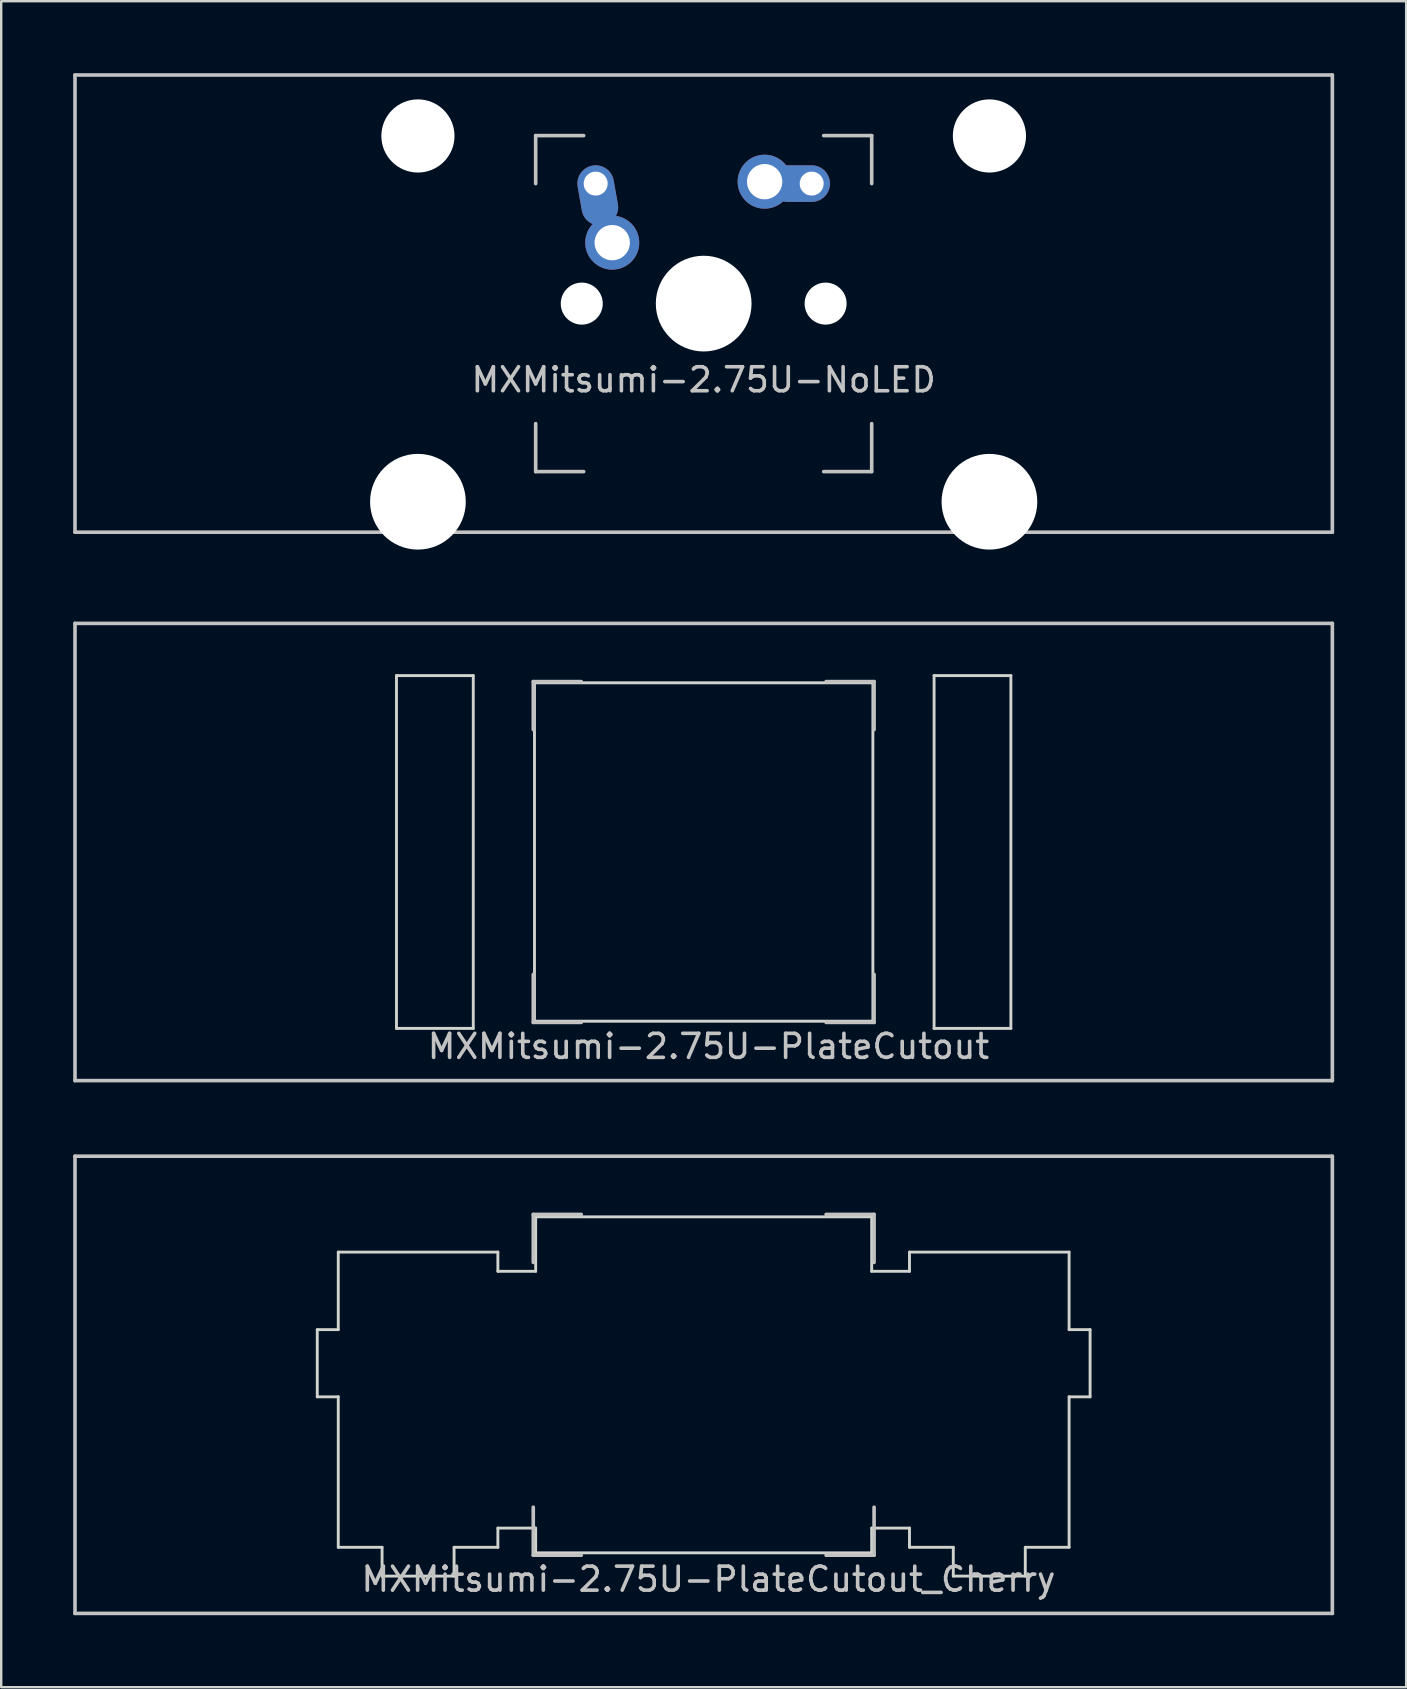
<source format=kicad_pcb>
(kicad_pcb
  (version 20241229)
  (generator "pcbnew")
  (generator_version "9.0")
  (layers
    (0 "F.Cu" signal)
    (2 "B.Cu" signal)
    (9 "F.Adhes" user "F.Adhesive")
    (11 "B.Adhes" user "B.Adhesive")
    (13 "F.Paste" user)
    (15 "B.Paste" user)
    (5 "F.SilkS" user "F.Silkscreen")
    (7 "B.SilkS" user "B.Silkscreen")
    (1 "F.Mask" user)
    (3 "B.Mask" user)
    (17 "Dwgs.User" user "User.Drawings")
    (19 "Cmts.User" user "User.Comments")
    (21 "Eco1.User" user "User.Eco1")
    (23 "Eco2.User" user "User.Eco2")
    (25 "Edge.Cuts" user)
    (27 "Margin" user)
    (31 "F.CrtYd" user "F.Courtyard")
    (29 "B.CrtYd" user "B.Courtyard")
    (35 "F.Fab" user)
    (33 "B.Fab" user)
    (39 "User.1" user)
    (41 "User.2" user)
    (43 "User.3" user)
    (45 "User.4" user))
  (footprint "MXMitsumi-2.75U-PlateCutout_Cherry"
    (layer "F.Cu")
    (at 26.269 54.649)
    (property "Reference" "MXMitsumi-2.75U-PlateCutout_Cherry" (at 0.2 8.1 0) (layer "Dwgs.User") (effects (font (size 1 1) (thickness 0.15))))
    (attr through_hole)
    (fp_line (start -26.194 -9.525) (end 26.194 -9.525) (stroke (width 0.15) (type solid)) (layer "Dwgs.User"))
    (fp_line (start -26.194 9.525) (end -26.194 -9.525) (stroke (width 0.15) (type solid)) (layer "Dwgs.User"))
    (fp_line (start -26.194 9.525) (end 26.194 9.525) (stroke (width 0.15) (type solid)) (layer "Dwgs.User"))
    (fp_line (start -7.1 -7.1) (end -7.1 -5.1) (stroke (width 0.15) (type solid)) (layer "Dwgs.User"))
    (fp_line (start -7.1 5.1) (end -7.1 7.1) (stroke (width 0.15) (type solid)) (layer "Dwgs.User"))
    (fp_line (start -7.1 7.1) (end -5.1 7.1) (stroke (width 0.15) (type solid)) (layer "Dwgs.User"))
    (fp_line (start -5.1 -7.1) (end -7.1 -7.1) (stroke (width 0.15) (type solid)) (layer "Dwgs.User"))
    (fp_line (start 5.1 -7.1) (end 7.1 -7.1) (stroke (width 0.15) (type solid)) (layer "Dwgs.User"))
    (fp_line (start 5.1 7.1) (end 7.1 7.1) (stroke (width 0.15) (type solid)) (layer "Dwgs.User"))
    (fp_line (start 7.1 -7.1) (end 7.1 -5.1) (stroke (width 0.15) (type solid)) (layer "Dwgs.User"))
    (fp_line (start 7.1 7.1) (end 7.1 5.1) (stroke (width 0.15) (type solid)) (layer "Dwgs.User"))
    (fp_line (start 26.194 -9.525) (end 26.194 9.525) (stroke (width 0.15) (type solid)) (layer "Dwgs.User"))
    (fp_line (start -16.1 -2.3) (end -16.1 0.5) (stroke (width 0.12) (type solid)) (layer "Edge.Cuts"))
    (fp_line (start -15.225 -5.53) (end -15.225 -2.3) (stroke (width 0.12) (type solid)) (layer "Edge.Cuts"))
    (fp_line (start -15.225 -2.3) (end -16.1 -2.3) (stroke (width 0.12) (type solid)) (layer "Edge.Cuts"))
    (fp_line (start -15.225 0.5) (end -16.1 0.5) (stroke (width 0.12) (type solid)) (layer "Edge.Cuts"))
    (fp_line (start -15.225 6.77) (end -15.225 0.5) (stroke (width 0.12) (type solid)) (layer "Edge.Cuts"))
    (fp_line (start -13.4 6.77) (end -15.225 6.77) (stroke (width 0.12) (type solid)) (layer "Edge.Cuts"))
    (fp_line (start -13.4 7.97) (end -13.4 6.77) (stroke (width 0.12) (type solid)) (layer "Edge.Cuts"))
    (fp_line (start -10.4 7.97) (end -13.4 7.97) (stroke (width 0.12) (type solid)) (layer "Edge.Cuts"))
    (fp_line (start -10.4 7.97) (end -10.4 6.77) (stroke (width 0.12) (type solid)) (layer "Edge.Cuts"))
    (fp_line (start -8.575 -5.53) (end -15.225 -5.53) (stroke (width 0.12) (type solid)) (layer "Edge.Cuts"))
    (fp_line (start -8.575 -4.73) (end -8.575 -5.53) (stroke (width 0.12) (type solid)) (layer "Edge.Cuts"))
    (fp_line (start -8.575 5.97) (end -7 5.97) (stroke (width 0.12) (type solid)) (layer "Edge.Cuts"))
    (fp_line (start -8.575 6.77) (end -10.4 6.77) (stroke (width 0.12) (type solid)) (layer "Edge.Cuts"))
    (fp_line (start -8.575 6.77) (end -8.575 5.97) (stroke (width 0.12) (type solid)) (layer "Edge.Cuts"))
    (fp_line (start -7 -7) (end 7 -7) (stroke (width 0.12) (type solid)) (layer "Edge.Cuts"))
    (fp_line (start -7 -4.73) (end -8.575 -4.73) (stroke (width 0.12) (type solid)) (layer "Edge.Cuts"))
    (fp_line (start -7 -4.73) (end -7 -7) (stroke (width 0.12) (type solid)) (layer "Edge.Cuts"))
    (fp_line (start -7 5.97) (end -7 7) (stroke (width 0.12) (type solid)) (layer "Edge.Cuts"))
    (fp_line (start 7 -4.73) (end 7 -7) (stroke (width 0.12) (type solid)) (layer "Edge.Cuts"))
    (fp_line (start 7 5.97) (end 7 7) (stroke (width 0.12) (type solid)) (layer "Edge.Cuts"))
    (fp_line (start 7 7) (end -7 7) (stroke (width 0.12) (type solid)) (layer "Edge.Cuts"))
    (fp_line (start 8.575 -5.53) (end 15.225 -5.53) (stroke (width 0.12) (type solid)) (layer "Edge.Cuts"))
    (fp_line (start 8.575 -4.73) (end 7 -4.73) (stroke (width 0.12) (type solid)) (layer "Edge.Cuts"))
    (fp_line (start 8.575 -4.73) (end 8.575 -5.53) (stroke (width 0.12) (type solid)) (layer "Edge.Cuts"))
    (fp_line (start 8.575 5.97) (end 7 5.97) (stroke (width 0.12) (type solid)) (layer "Edge.Cuts"))
    (fp_line (start 8.575 6.77) (end 8.575 5.97) (stroke (width 0.12) (type solid)) (layer "Edge.Cuts"))
    (fp_line (start 10.4 6.77) (end 8.575 6.77) (stroke (width 0.12) (type solid)) (layer "Edge.Cuts"))
    (fp_line (start 10.4 7.97) (end 10.4 6.77) (stroke (width 0.12) (type solid)) (layer "Edge.Cuts"))
    (fp_line (start 10.4 7.97) (end 13.4 7.97) (stroke (width 0.12) (type solid)) (layer "Edge.Cuts"))
    (fp_line (start 13.4 7.97) (end 13.4 6.77) (stroke (width 0.12) (type solid)) (layer "Edge.Cuts"))
    (fp_line (start 15.225 -5.53) (end 15.225 -2.3) (stroke (width 0.12) (type solid)) (layer "Edge.Cuts"))
    (fp_line (start 15.225 -2.3) (end 16.1 -2.3) (stroke (width 0.12) (type solid)) (layer "Edge.Cuts"))
    (fp_line (start 15.225 0.5) (end 16.1 0.5) (stroke (width 0.12) (type solid)) (layer "Edge.Cuts"))
    (fp_line (start 15.225 6.77) (end 13.4 6.77) (stroke (width 0.12) (type solid)) (layer "Edge.Cuts"))
    (fp_line (start 15.225 6.77) (end 15.225 0.5) (stroke (width 0.12) (type solid)) (layer "Edge.Cuts"))
    (fp_line (start 16.1 -2.3) (end 16.1 0.5) (stroke (width 0.12) (type solid)) (layer "Edge.Cuts")))
  (footprint "MXMitsumi-2.75U-PlateCutout"
    (layer "F.Cu")
    (at 26.269 32.449)
    (property "Reference" "MXMitsumi-2.75U-PlateCutout" (at 0.2 8.1 0) (layer "Dwgs.User") (effects (font (size 1 1) (thickness 0.15))))
    (attr through_hole)
    (fp_line (start -26.194 -9.525) (end 26.194 -9.525) (stroke (width 0.15) (type solid)) (layer "Dwgs.User"))
    (fp_line (start -26.194 9.525) (end -26.194 -9.525) (stroke (width 0.15) (type solid)) (layer "Dwgs.User"))
    (fp_line (start -26.194 9.525) (end 26.194 9.525) (stroke (width 0.15) (type solid)) (layer "Dwgs.User"))
    (fp_line (start -7.1 -7.1) (end -7.1 -5.1) (stroke (width 0.15) (type solid)) (layer "Dwgs.User"))
    (fp_line (start -7.1 5.1) (end -7.1 7.1) (stroke (width 0.15) (type solid)) (layer "Dwgs.User"))
    (fp_line (start -7.1 7.1) (end -5.1 7.1) (stroke (width 0.15) (type solid)) (layer "Dwgs.User"))
    (fp_line (start -5.1 -7.1) (end -7.1 -7.1) (stroke (width 0.15) (type solid)) (layer "Dwgs.User"))
    (fp_line (start 5.1 -7.1) (end 7.1 -7.1) (stroke (width 0.15) (type solid)) (layer "Dwgs.User"))
    (fp_line (start 5.1 7.1) (end 7.1 7.1) (stroke (width 0.15) (type solid)) (layer "Dwgs.User"))
    (fp_line (start 7.1 -7.1) (end 7.1 -5.1) (stroke (width 0.15) (type solid)) (layer "Dwgs.User"))
    (fp_line (start 7.1 7.1) (end 7.1 5.1) (stroke (width 0.15) (type solid)) (layer "Dwgs.User"))
    (fp_line (start 26.194 -9.525) (end 26.194 9.525) (stroke (width 0.15) (type solid)) (layer "Dwgs.User"))
    (fp_line (start -12.8 -7.35) (end -12.8 7.35) (stroke (width 0.12) (type solid)) (layer "Edge.Cuts"))
    (fp_line (start -12.8 7.35) (end -9.6 7.35) (stroke (width 0.12) (type solid)) (layer "Edge.Cuts"))
    (fp_line (start -9.6 -7.35) (end -12.8 -7.35) (stroke (width 0.12) (type solid)) (layer "Edge.Cuts"))
    (fp_line (start -9.6 7.35) (end -9.6 -7.35) (stroke (width 0.12) (type solid)) (layer "Edge.Cuts"))
    (fp_line (start -7.05 -7.05) (end 7.05 -7.05) (stroke (width 0.12) (type solid)) (layer "Edge.Cuts"))
    (fp_line (start -7.05 7.05) (end -7.05 -7.05) (stroke (width 0.12) (type solid)) (layer "Edge.Cuts"))
    (fp_line (start 7.05 -7.05) (end 7.05 7.05) (stroke (width 0.12) (type solid)) (layer "Edge.Cuts"))
    (fp_line (start 7.05 7.05) (end -7.05 7.05) (stroke (width 0.12) (type solid)) (layer "Edge.Cuts"))
    (fp_line (start 9.6 -7.35) (end 12.8 -7.35) (stroke (width 0.12) (type solid)) (layer "Edge.Cuts"))
    (fp_line (start 9.6 7.35) (end 9.6 -7.35) (stroke (width 0.12) (type solid)) (layer "Edge.Cuts"))
    (fp_line (start 12.8 -7.35) (end 12.8 7.35) (stroke (width 0.12) (type solid)) (layer "Edge.Cuts"))
    (fp_line (start 12.8 7.35) (end 9.6 7.35) (stroke (width 0.12) (type solid)) (layer "Edge.Cuts")))
  (footprint "MXMitsumi-2.75U-NoLED"
    (layer "F.Cu")
    (at 26.269 9.6)
    (property "Reference" "MXMitsumi-2.75U-NoLED" (at 0 3.175 0) (layer "Dwgs.User") (effects (font (size 1 1) (thickness 0.15))))
    (attr through_hole)
    (fp_line (start -26.194 -9.525) (end 26.194 -9.525) (stroke (width 0.15) (type solid)) (layer "Dwgs.User"))
    (fp_line (start -26.194 9.525) (end -26.194 -9.525) (stroke (width 0.15) (type solid)) (layer "Dwgs.User"))
    (fp_line (start -26.194 9.525) (end 26.194 9.525) (stroke (width 0.15) (type solid)) (layer "Dwgs.User"))
    (fp_line (start -7 -7) (end -7 -5) (stroke (width 0.15) (type solid)) (layer "Dwgs.User"))
    (fp_line (start -7 5) (end -7 7) (stroke (width 0.15) (type solid)) (layer "Dwgs.User"))
    (fp_line (start -7 7) (end -5 7) (stroke (width 0.15) (type solid)) (layer "Dwgs.User"))
    (fp_line (start -5 -7) (end -7 -7) (stroke (width 0.15) (type solid)) (layer "Dwgs.User"))
    (fp_line (start 5 -7) (end 7 -7) (stroke (width 0.15) (type solid)) (layer "Dwgs.User"))
    (fp_line (start 5 7) (end 7 7) (stroke (width 0.15) (type solid)) (layer "Dwgs.User"))
    (fp_line (start 7 -7) (end 7 -5) (stroke (width 0.15) (type solid)) (layer "Dwgs.User"))
    (fp_line (start 7 7) (end 7 5) (stroke (width 0.15) (type solid)) (layer "Dwgs.User"))
    (fp_line (start 26.194 -9.525) (end 26.194 9.525) (stroke (width 0.15) (type solid)) (layer "Dwgs.User"))
    (pad "" np_thru_hole circle (at -11.906 -6.985) (size 3.048 3.048) (drill 3.048) (layers "*.Cu" "*.Mask"))
    (pad "" np_thru_hole circle (at -11.906 8.255) (size 3.988 3.988) (drill 3.988) (layers "*.Cu" "*.Mask"))
    (pad "" np_thru_hole circle (at -5.08 0 48.1) (size 1.75 1.75) (drill 1.75) (layers "*.Cu" "*.Mask"))
    (pad "" np_thru_hole circle (at 0 0) (size 3.988 3.988) (drill 3.988) (layers "*.Cu" "*.Mask"))
    (pad "" np_thru_hole circle (at 5.08 0 48.1) (size 1.75 1.75) (drill 1.75) (layers "*.Cu" "*.Mask"))
    (pad "" np_thru_hole circle (at 11.906 -6.985) (size 3.048 3.048) (drill 3.048) (layers "*.Cu" "*.Mask"))
    (pad "" np_thru_hole circle (at 11.906 8.255) (size 3.988 3.988) (drill 3.988) (layers "*.Cu" "*.Mask"))
    (pad "1" thru_hole oval (at -4.5 -5 280) (size 2.524 1.524) (drill 1 (offset 0.5 0)) (layers "*.Cu" "B.Mask"))
    (pad "1" thru_hole circle (at -3.81 -2.54) (size 2.25 2.25) (drill 1.47) (layers "*.Cu" "B.Mask"))
    (pad "2" thru_hole circle (at 2.54 -5.08) (size 2.25 2.25) (drill 1.47) (layers "*.Cu" "B.Mask"))
    (pad "2" thru_hole oval (at 4.5 -5) (size 2.524 1.524) (drill 1 (offset -0.5 0)) (layers "*.Cu" "B.Mask")))
  (gr_rect
    (start -3 -3)
    (end 55.538 67.249)
    (stroke (width 0.1) (type default))
    (fill no)
    (layer "Edge.Cuts")))
</source>
